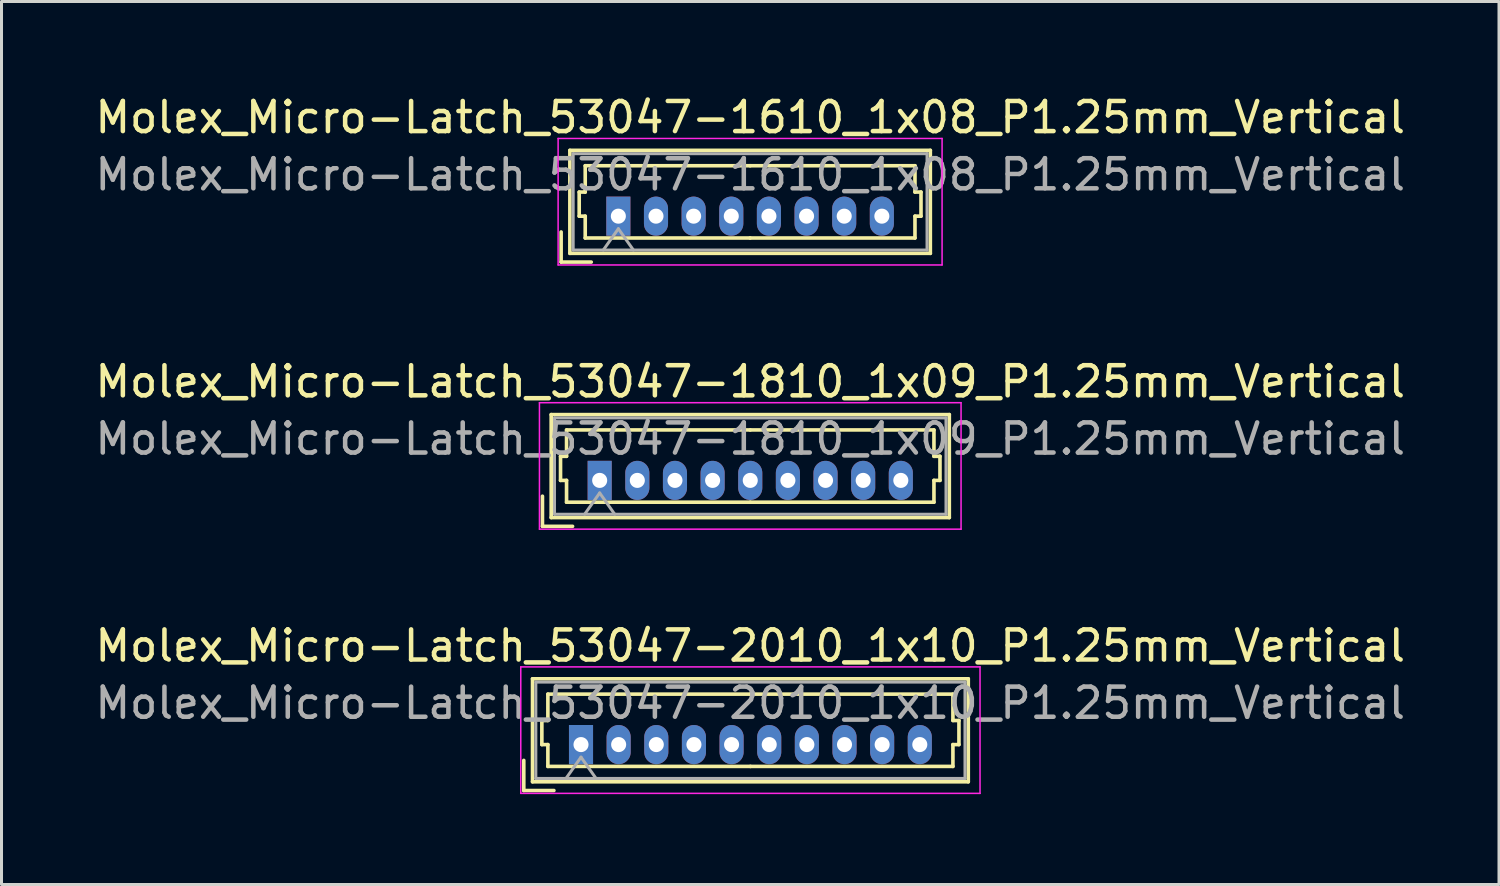
<source format=kicad_pcb>
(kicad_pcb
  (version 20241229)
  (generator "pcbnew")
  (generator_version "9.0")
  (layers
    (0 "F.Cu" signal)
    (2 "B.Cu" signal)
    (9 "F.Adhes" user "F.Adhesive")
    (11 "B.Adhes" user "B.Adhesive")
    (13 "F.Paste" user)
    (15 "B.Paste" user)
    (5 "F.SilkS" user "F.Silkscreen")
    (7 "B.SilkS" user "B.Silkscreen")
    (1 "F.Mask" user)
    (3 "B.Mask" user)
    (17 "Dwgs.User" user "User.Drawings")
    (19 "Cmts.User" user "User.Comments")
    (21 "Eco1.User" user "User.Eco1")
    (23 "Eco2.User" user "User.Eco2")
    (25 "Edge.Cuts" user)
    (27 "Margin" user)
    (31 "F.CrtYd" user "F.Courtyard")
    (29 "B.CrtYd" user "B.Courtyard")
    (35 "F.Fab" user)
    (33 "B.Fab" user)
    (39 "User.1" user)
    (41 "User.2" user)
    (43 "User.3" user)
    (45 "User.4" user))
  (footprint "Molex_Micro-Latch_53047-1610_1x08_P1.25mm_Vertical"
    (layer "F.Cu")
    (at 17.483 4.128)
    (property "Reference" "Molex_Micro-Latch_53047-1610_1x08_P1.25mm_Vertical" (at 4.38 -3.28 0) (layer "F.SilkS") (effects (font (size 1 1) (thickness 0.15))))
    (attr through_hole)
    (fp_line (start -1.9 1.525) (end -1.9 0.525) (stroke (width 0.12) (type solid)) (layer "F.SilkS"))
    (fp_line (start -1.9 1.525) (end -0.9 1.525) (stroke (width 0.12) (type solid)) (layer "F.SilkS"))
    (fp_line (start -1.61 -2.185) (end -1.61 1.235) (stroke (width 0.12) (type solid)) (layer "F.SilkS"))
    (fp_line (start -1.61 1.235) (end 10.36 1.235) (stroke (width 0.12) (type solid)) (layer "F.SilkS"))
    (fp_line (start -1.3 -0.8) (end -1.1 -0.8) (stroke (width 0.12) (type solid)) (layer "F.SilkS"))
    (fp_line (start -1.3 0) (end -1.3 -0.8) (stroke (width 0.12) (type solid)) (layer "F.SilkS"))
    (fp_line (start -1.1 -1.675) (end 4.375 -1.675) (stroke (width 0.12) (type solid)) (layer "F.SilkS"))
    (fp_line (start -1.1 -0.8) (end -1.1 -1.675) (stroke (width 0.12) (type solid)) (layer "F.SilkS"))
    (fp_line (start -1.1 0) (end -1.3 0) (stroke (width 0.12) (type solid)) (layer "F.SilkS"))
    (fp_line (start -1.1 0.725) (end -1.1 0) (stroke (width 0.12) (type solid)) (layer "F.SilkS"))
    (fp_line (start 4.375 0.725) (end -1.1 0.725) (stroke (width 0.12) (type solid)) (layer "F.SilkS"))
    (fp_line (start 4.375 0.725) (end 9.85 0.725) (stroke (width 0.12) (type solid)) (layer "F.SilkS"))
    (fp_line (start 9.85 -1.675) (end 4.375 -1.675) (stroke (width 0.12) (type solid)) (layer "F.SilkS"))
    (fp_line (start 9.85 -0.8) (end 9.85 -1.675) (stroke (width 0.12) (type solid)) (layer "F.SilkS"))
    (fp_line (start 9.85 0) (end 10.05 0) (stroke (width 0.12) (type solid)) (layer "F.SilkS"))
    (fp_line (start 9.85 0.725) (end 9.85 0) (stroke (width 0.12) (type solid)) (layer "F.SilkS"))
    (fp_line (start 10.05 -0.8) (end 9.85 -0.8) (stroke (width 0.12) (type solid)) (layer "F.SilkS"))
    (fp_line (start 10.05 0) (end 10.05 -0.8) (stroke (width 0.12) (type solid)) (layer "F.SilkS"))
    (fp_line (start 10.36 -2.185) (end -1.61 -2.185) (stroke (width 0.12) (type solid)) (layer "F.SilkS"))
    (fp_line (start 10.36 1.235) (end 10.36 -2.185) (stroke (width 0.12) (type solid)) (layer "F.SilkS"))
    (fp_line (start -2 -2.58) (end -2 1.62) (stroke (width 0.05) (type solid)) (layer "F.CrtYd"))
    (fp_line (start -2 1.62) (end 10.75 1.62) (stroke (width 0.05) (type solid)) (layer "F.CrtYd"))
    (fp_line (start 10.75 -2.58) (end -2 -2.58) (stroke (width 0.05) (type solid)) (layer "F.CrtYd"))
    (fp_line (start 10.75 1.62) (end 10.75 -2.58) (stroke (width 0.05) (type solid)) (layer "F.CrtYd"))
    (fp_line (start -1.5 -2.075) (end -1.5 1.125) (stroke (width 0.1) (type solid)) (layer "F.Fab"))
    (fp_line (start -1.5 1.125) (end 10.25 1.125) (stroke (width 0.1) (type solid)) (layer "F.Fab"))
    (fp_line (start -0.5 1.125) (end 0 0.418) (stroke (width 0.1) (type solid)) (layer "F.Fab"))
    (fp_line (start 0 0.418) (end 0.5 1.125) (stroke (width 0.1) (type solid)) (layer "F.Fab"))
    (fp_line (start 10.25 -2.075) (end -1.5 -2.075) (stroke (width 0.1) (type solid)) (layer "F.Fab"))
    (fp_line (start 10.25 1.125) (end 10.25 -2.075) (stroke (width 0.1) (type solid)) (layer "F.Fab"))
    (fp_text user "${REFERENCE}" (at 4.38 -1.38 0) (layer "F.Fab") (effects (font (size 1 1) (thickness 0.15))))
    (pad "1" thru_hole rect (at 0 0) (size 0.8 1.3) (drill 0.5) (layers "*.Cu" "*.Mask"))
    (pad "2" thru_hole oval (at 1.25 0) (size 0.8 1.3) (drill 0.5) (layers "*.Cu" "*.Mask"))
    (pad "3" thru_hole oval (at 2.5 0) (size 0.8 1.3) (drill 0.5) (layers "*.Cu" "*.Mask"))
    (pad "4" thru_hole oval (at 3.75 0) (size 0.8 1.3) (drill 0.5) (layers "*.Cu" "*.Mask"))
    (pad "5" thru_hole oval (at 5 0) (size 0.8 1.3) (drill 0.5) (layers "*.Cu" "*.Mask"))
    (pad "6" thru_hole oval (at 6.25 0) (size 0.8 1.3) (drill 0.5) (layers "*.Cu" "*.Mask"))
    (pad "7" thru_hole oval (at 7.5 0) (size 0.8 1.3) (drill 0.5) (layers "*.Cu" "*.Mask"))
    (pad "8" thru_hole oval (at 8.75 0) (size 0.8 1.3) (drill 0.5) (layers "*.Cu" "*.Mask")))
  (footprint "Molex_Micro-Latch_53047-2010_1x10_P1.25mm_Vertical"
    (layer "F.Cu")
    (at 16.243 21.675)
    (property "Reference" "Molex_Micro-Latch_53047-2010_1x10_P1.25mm_Vertical" (at 5.62 -3.28 0) (layer "F.SilkS") (effects (font (size 1 1) (thickness 0.15))))
    (attr through_hole)
    (fp_line (start -1.9 1.525) (end -1.9 0.525) (stroke (width 0.12) (type solid)) (layer "F.SilkS"))
    (fp_line (start -1.9 1.525) (end -0.9 1.525) (stroke (width 0.12) (type solid)) (layer "F.SilkS"))
    (fp_line (start -1.61 -2.185) (end -1.61 1.235) (stroke (width 0.12) (type solid)) (layer "F.SilkS"))
    (fp_line (start -1.61 1.235) (end 12.86 1.235) (stroke (width 0.12) (type solid)) (layer "F.SilkS"))
    (fp_line (start -1.3 -0.8) (end -1.1 -0.8) (stroke (width 0.12) (type solid)) (layer "F.SilkS"))
    (fp_line (start -1.3 0) (end -1.3 -0.8) (stroke (width 0.12) (type solid)) (layer "F.SilkS"))
    (fp_line (start -1.1 -1.675) (end 5.625 -1.675) (stroke (width 0.12) (type solid)) (layer "F.SilkS"))
    (fp_line (start -1.1 -0.8) (end -1.1 -1.675) (stroke (width 0.12) (type solid)) (layer "F.SilkS"))
    (fp_line (start -1.1 0) (end -1.3 0) (stroke (width 0.12) (type solid)) (layer "F.SilkS"))
    (fp_line (start -1.1 0.725) (end -1.1 0) (stroke (width 0.12) (type solid)) (layer "F.SilkS"))
    (fp_line (start 5.625 0.725) (end -1.1 0.725) (stroke (width 0.12) (type solid)) (layer "F.SilkS"))
    (fp_line (start 5.625 0.725) (end 12.35 0.725) (stroke (width 0.12) (type solid)) (layer "F.SilkS"))
    (fp_line (start 12.35 -1.675) (end 5.625 -1.675) (stroke (width 0.12) (type solid)) (layer "F.SilkS"))
    (fp_line (start 12.35 -0.8) (end 12.35 -1.675) (stroke (width 0.12) (type solid)) (layer "F.SilkS"))
    (fp_line (start 12.35 0) (end 12.55 0) (stroke (width 0.12) (type solid)) (layer "F.SilkS"))
    (fp_line (start 12.35 0.725) (end 12.35 0) (stroke (width 0.12) (type solid)) (layer "F.SilkS"))
    (fp_line (start 12.55 -0.8) (end 12.35 -0.8) (stroke (width 0.12) (type solid)) (layer "F.SilkS"))
    (fp_line (start 12.55 0) (end 12.55 -0.8) (stroke (width 0.12) (type solid)) (layer "F.SilkS"))
    (fp_line (start 12.86 -2.185) (end -1.61 -2.185) (stroke (width 0.12) (type solid)) (layer "F.SilkS"))
    (fp_line (start 12.86 1.235) (end 12.86 -2.185) (stroke (width 0.12) (type solid)) (layer "F.SilkS"))
    (fp_line (start -2 -2.58) (end -2 1.62) (stroke (width 0.05) (type solid)) (layer "F.CrtYd"))
    (fp_line (start -2 1.62) (end 13.25 1.62) (stroke (width 0.05) (type solid)) (layer "F.CrtYd"))
    (fp_line (start 13.25 -2.58) (end -2 -2.58) (stroke (width 0.05) (type solid)) (layer "F.CrtYd"))
    (fp_line (start 13.25 1.62) (end 13.25 -2.58) (stroke (width 0.05) (type solid)) (layer "F.CrtYd"))
    (fp_line (start -1.5 -2.075) (end -1.5 1.125) (stroke (width 0.1) (type solid)) (layer "F.Fab"))
    (fp_line (start -1.5 1.125) (end 12.75 1.125) (stroke (width 0.1) (type solid)) (layer "F.Fab"))
    (fp_line (start -0.5 1.125) (end 0 0.418) (stroke (width 0.1) (type solid)) (layer "F.Fab"))
    (fp_line (start 0 0.418) (end 0.5 1.125) (stroke (width 0.1) (type solid)) (layer "F.Fab"))
    (fp_line (start 12.75 -2.075) (end -1.5 -2.075) (stroke (width 0.1) (type solid)) (layer "F.Fab"))
    (fp_line (start 12.75 1.125) (end 12.75 -2.075) (stroke (width 0.1) (type solid)) (layer "F.Fab"))
    (fp_text user "${REFERENCE}" (at 5.62 -1.38 0) (layer "F.Fab") (effects (font (size 1 1) (thickness 0.15))))
    (pad "1" thru_hole rect (at 0 0) (size 0.8 1.3) (drill 0.5) (layers "*.Cu" "*.Mask"))
    (pad "2" thru_hole oval (at 1.25 0) (size 0.8 1.3) (drill 0.5) (layers "*.Cu" "*.Mask"))
    (pad "3" thru_hole oval (at 2.5 0) (size 0.8 1.3) (drill 0.5) (layers "*.Cu" "*.Mask"))
    (pad "4" thru_hole oval (at 3.75 0) (size 0.8 1.3) (drill 0.5) (layers "*.Cu" "*.Mask"))
    (pad "5" thru_hole oval (at 5 0) (size 0.8 1.3) (drill 0.5) (layers "*.Cu" "*.Mask"))
    (pad "6" thru_hole oval (at 6.25 0) (size 0.8 1.3) (drill 0.5) (layers "*.Cu" "*.Mask"))
    (pad "7" thru_hole oval (at 7.5 0) (size 0.8 1.3) (drill 0.5) (layers "*.Cu" "*.Mask"))
    (pad "8" thru_hole oval (at 8.75 0) (size 0.8 1.3) (drill 0.5) (layers "*.Cu" "*.Mask"))
    (pad "9" thru_hole oval (at 10 0) (size 0.8 1.3) (drill 0.5) (layers "*.Cu" "*.Mask"))
    (pad "10" thru_hole oval (at 11.25 0) (size 0.8 1.3) (drill 0.5) (layers "*.Cu" "*.Mask")))
  (footprint "Molex_Micro-Latch_53047-1810_1x09_P1.25mm_Vertical"
    (layer "F.Cu")
    (at 16.863 12.902)
    (property "Reference" "Molex_Micro-Latch_53047-1810_1x09_P1.25mm_Vertical" (at 5 -3.28 0) (layer "F.SilkS") (effects (font (size 1 1) (thickness 0.15))))
    (attr through_hole)
    (fp_line (start -1.9 1.525) (end -1.9 0.525) (stroke (width 0.12) (type solid)) (layer "F.SilkS"))
    (fp_line (start -1.9 1.525) (end -0.9 1.525) (stroke (width 0.12) (type solid)) (layer "F.SilkS"))
    (fp_line (start -1.61 -2.185) (end -1.61 1.235) (stroke (width 0.12) (type solid)) (layer "F.SilkS"))
    (fp_line (start -1.61 1.235) (end 11.61 1.235) (stroke (width 0.12) (type solid)) (layer "F.SilkS"))
    (fp_line (start -1.3 -0.8) (end -1.1 -0.8) (stroke (width 0.12) (type solid)) (layer "F.SilkS"))
    (fp_line (start -1.3 0) (end -1.3 -0.8) (stroke (width 0.12) (type solid)) (layer "F.SilkS"))
    (fp_line (start -1.1 -1.675) (end 5 -1.675) (stroke (width 0.12) (type solid)) (layer "F.SilkS"))
    (fp_line (start -1.1 -0.8) (end -1.1 -1.675) (stroke (width 0.12) (type solid)) (layer "F.SilkS"))
    (fp_line (start -1.1 0) (end -1.3 0) (stroke (width 0.12) (type solid)) (layer "F.SilkS"))
    (fp_line (start -1.1 0.725) (end -1.1 0) (stroke (width 0.12) (type solid)) (layer "F.SilkS"))
    (fp_line (start 5 0.725) (end -1.1 0.725) (stroke (width 0.12) (type solid)) (layer "F.SilkS"))
    (fp_line (start 5 0.725) (end 11.1 0.725) (stroke (width 0.12) (type solid)) (layer "F.SilkS"))
    (fp_line (start 11.1 -1.675) (end 5 -1.675) (stroke (width 0.12) (type solid)) (layer "F.SilkS"))
    (fp_line (start 11.1 -0.8) (end 11.1 -1.675) (stroke (width 0.12) (type solid)) (layer "F.SilkS"))
    (fp_line (start 11.1 0) (end 11.3 0) (stroke (width 0.12) (type solid)) (layer "F.SilkS"))
    (fp_line (start 11.1 0.725) (end 11.1 0) (stroke (width 0.12) (type solid)) (layer "F.SilkS"))
    (fp_line (start 11.3 -0.8) (end 11.1 -0.8) (stroke (width 0.12) (type solid)) (layer "F.SilkS"))
    (fp_line (start 11.3 0) (end 11.3 -0.8) (stroke (width 0.12) (type solid)) (layer "F.SilkS"))
    (fp_line (start 11.61 -2.185) (end -1.61 -2.185) (stroke (width 0.12) (type solid)) (layer "F.SilkS"))
    (fp_line (start 11.61 1.235) (end 11.61 -2.185) (stroke (width 0.12) (type solid)) (layer "F.SilkS"))
    (fp_line (start -2 -2.58) (end -2 1.62) (stroke (width 0.05) (type solid)) (layer "F.CrtYd"))
    (fp_line (start -2 1.62) (end 12 1.62) (stroke (width 0.05) (type solid)) (layer "F.CrtYd"))
    (fp_line (start 12 -2.58) (end -2 -2.58) (stroke (width 0.05) (type solid)) (layer "F.CrtYd"))
    (fp_line (start 12 1.62) (end 12 -2.58) (stroke (width 0.05) (type solid)) (layer "F.CrtYd"))
    (fp_line (start -1.5 -2.075) (end -1.5 1.125) (stroke (width 0.1) (type solid)) (layer "F.Fab"))
    (fp_line (start -1.5 1.125) (end 11.5 1.125) (stroke (width 0.1) (type solid)) (layer "F.Fab"))
    (fp_line (start -0.5 1.125) (end 0 0.418) (stroke (width 0.1) (type solid)) (layer "F.Fab"))
    (fp_line (start 0 0.418) (end 0.5 1.125) (stroke (width 0.1) (type solid)) (layer "F.Fab"))
    (fp_line (start 11.5 -2.075) (end -1.5 -2.075) (stroke (width 0.1) (type solid)) (layer "F.Fab"))
    (fp_line (start 11.5 1.125) (end 11.5 -2.075) (stroke (width 0.1) (type solid)) (layer "F.Fab"))
    (fp_text user "${REFERENCE}" (at 5 -1.38 0) (layer "F.Fab") (effects (font (size 1 1) (thickness 0.15))))
    (pad "1" thru_hole rect (at 0 0) (size 0.8 1.3) (drill 0.5) (layers "*.Cu" "*.Mask"))
    (pad "2" thru_hole oval (at 1.25 0) (size 0.8 1.3) (drill 0.5) (layers "*.Cu" "*.Mask"))
    (pad "3" thru_hole oval (at 2.5 0) (size 0.8 1.3) (drill 0.5) (layers "*.Cu" "*.Mask"))
    (pad "4" thru_hole oval (at 3.75 0) (size 0.8 1.3) (drill 0.5) (layers "*.Cu" "*.Mask"))
    (pad "5" thru_hole oval (at 5 0) (size 0.8 1.3) (drill 0.5) (layers "*.Cu" "*.Mask"))
    (pad "6" thru_hole oval (at 6.25 0) (size 0.8 1.3) (drill 0.5) (layers "*.Cu" "*.Mask"))
    (pad "7" thru_hole oval (at 7.5 0) (size 0.8 1.3) (drill 0.5) (layers "*.Cu" "*.Mask"))
    (pad "8" thru_hole oval (at 8.75 0) (size 0.8 1.3) (drill 0.5) (layers "*.Cu" "*.Mask"))
    (pad "9" thru_hole oval (at 10 0) (size 0.8 1.3) (drill 0.5) (layers "*.Cu" "*.Mask")))
  (gr_rect
    (start -3 -3)
    (end 46.726 26.32)
    (stroke (width 0.1) (type default))
    (fill no)
    (layer "Edge.Cuts")))
</source>
